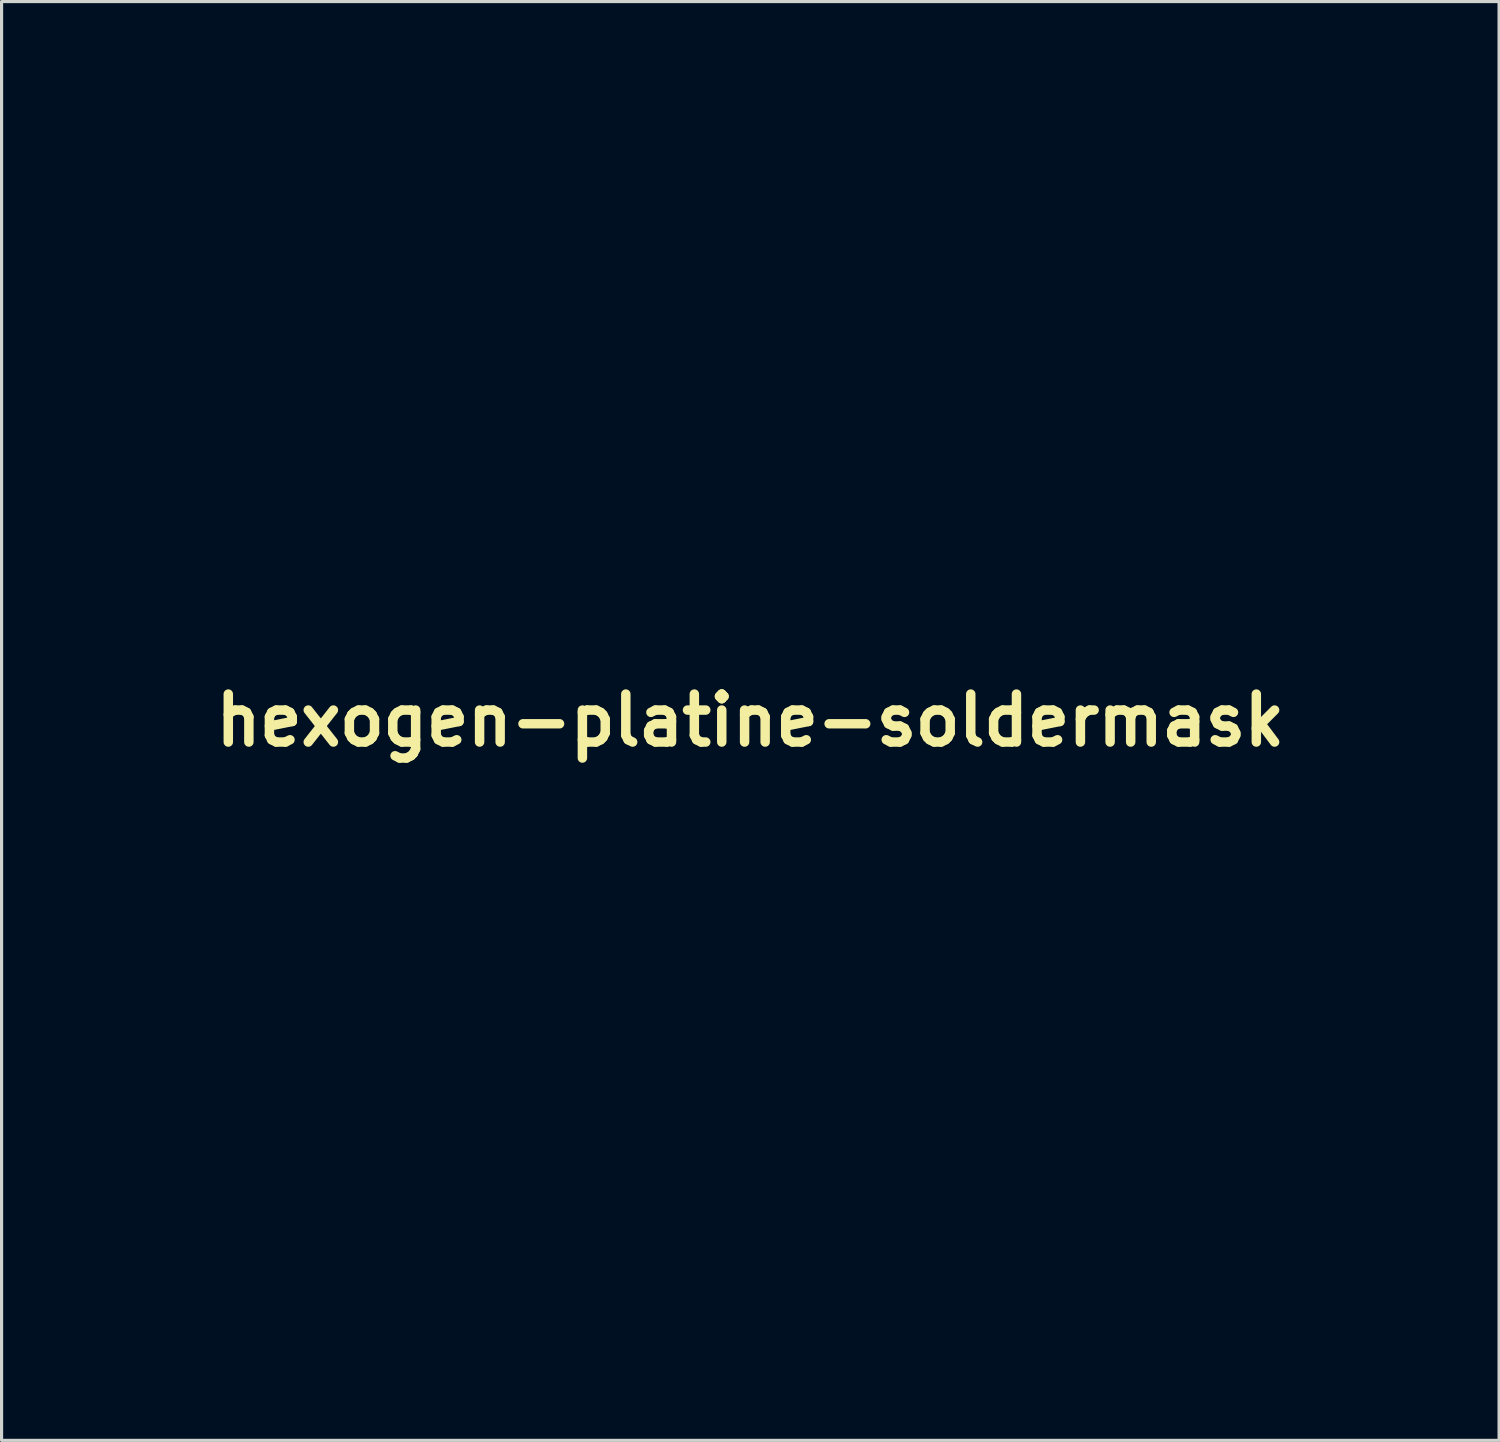
<source format=kicad_pcb>
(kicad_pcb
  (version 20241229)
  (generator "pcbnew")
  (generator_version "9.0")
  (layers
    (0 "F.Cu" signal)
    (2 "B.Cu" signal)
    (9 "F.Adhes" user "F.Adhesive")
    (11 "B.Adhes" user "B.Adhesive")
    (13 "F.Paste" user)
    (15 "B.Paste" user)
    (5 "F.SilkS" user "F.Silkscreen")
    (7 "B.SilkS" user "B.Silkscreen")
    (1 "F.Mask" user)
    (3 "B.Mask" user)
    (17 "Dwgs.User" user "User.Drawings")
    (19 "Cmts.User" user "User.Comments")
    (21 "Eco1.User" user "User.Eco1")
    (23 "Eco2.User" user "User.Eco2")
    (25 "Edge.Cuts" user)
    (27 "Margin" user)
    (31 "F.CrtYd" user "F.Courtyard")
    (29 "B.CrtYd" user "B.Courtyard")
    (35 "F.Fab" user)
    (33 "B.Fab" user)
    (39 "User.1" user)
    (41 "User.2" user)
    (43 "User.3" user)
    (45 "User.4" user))
  (footprint "hexogen-platine-soldermask"
    (layer "F.Cu")
    (at 20.785 19.833)
    (property "Reference" "hexogen-platine-soldermask" (at 0 0 0) (layer "F.SilkS") (effects (font (size 1.524 1.524) (thickness 0.3))))
    (attr through_hole)
    (fp_poly (pts (xy 3.434 -1.071) (xy 3.605 -1.011) (xy 3.741 -0.906) (xy 3.851 -0.751) (xy 3.853 -0.746) (xy 3.865 -0.723) (xy 3.875 -0.699) (xy 3.884 -0.67) (xy 3.892 -0.63) (xy 3.899 -0.578) (xy 3.905 -0.507) (xy 3.909 -0.415) (xy 3.913 -0.297) (xy 3.917 -0.148) (xy 3.919 0.034) (xy 3.922 0.254) (xy 3.924 0.517) (xy 3.925 0.826) (xy 3.927 1.186) (xy 3.928 1.6) (xy 3.93 2.073) (xy 3.93 2.167) (xy 3.939 4.953) (xy 6.699 4.953) (xy 6.7 2.865) (xy 6.701 2.416) (xy 6.702 2.011) (xy 6.705 1.652) (xy 6.708 1.343) (xy 6.713 1.085) (xy 6.718 0.882) (xy 6.724 0.736) (xy 6.731 0.651) (xy 6.733 0.635) (xy 6.806 0.444) (xy 6.926 0.287) (xy 7.053 0.192) (xy 7.214 0.133) (xy 7.397 0.116) (xy 7.587 0.137) (xy 7.766 0.193) (xy 7.919 0.281) (xy 8.026 0.391) (xy 8.072 0.484) (xy 8.112 0.607) (xy 8.129 0.686) (xy 8.134 0.752) (xy 8.14 0.877) (xy 8.145 1.054) (xy 8.149 1.278) (xy 8.152 1.544) (xy 8.155 1.846) (xy 8.158 2.178) (xy 8.159 2.536) (xy 8.16 2.893) (xy 8.16 3.321) (xy 8.161 3.688) (xy 8.162 4) (xy 8.164 4.26) (xy 8.167 4.472) (xy 8.171 4.639) (xy 8.176 4.766) (xy 8.182 4.856) (xy 8.189 4.914) (xy 8.197 4.942) (xy 8.199 4.946) (xy 8.253 4.974) (xy 8.341 5.005) (xy 8.382 5.017) (xy 8.562 5.087) (xy 8.694 5.192) (xy 8.782 5.337) (xy 8.829 5.526) (xy 8.84 5.699) (xy 8.835 5.85) (xy 8.818 5.96) (xy 8.786 6.053) (xy 8.769 6.088) (xy 8.659 6.233) (xy 8.507 6.342) (xy 8.328 6.405) (xy 8.316 6.407) (xy 8.176 6.431) (xy 8.158 8.002) (xy 8.154 8.374) (xy 8.15 8.688) (xy 8.146 8.95) (xy 8.14 9.165) (xy 8.133 9.338) (xy 8.124 9.476) (xy 8.112 9.584) (xy 8.097 9.666) (xy 8.078 9.73) (xy 8.055 9.78) (xy 8.028 9.822) (xy 7.995 9.861) (xy 7.976 9.881) (xy 7.859 9.965) (xy 7.695 10.021) (xy 7.497 10.046) (xy 7.274 10.039) (xy 7.222 10.032) (xy 7.039 9.989) (xy 6.904 9.916) (xy 6.807 9.805) (xy 6.787 9.77) (xy 6.771 9.739) (xy 6.757 9.708) (xy 6.746 9.67) (xy 6.737 9.62) (xy 6.73 9.553) (xy 6.724 9.463) (xy 6.719 9.345) (xy 6.716 9.193) (xy 6.713 9.001) (xy 6.711 8.764) (xy 6.709 8.476) (xy 6.706 8.131) (xy 6.706 8.025) (xy 6.697 6.413) (xy 2.477 6.413) (xy 2.477 3.002) (xy 2.477 2.372) (xy 2.478 1.804) (xy 2.479 1.299) (xy 2.481 0.856) (xy 2.484 0.473) (xy 2.488 0.151) (xy 2.492 -0.111) (xy 2.496 -0.315) (xy 2.502 -0.46) (xy 2.507 -0.547) (xy 2.511 -0.569) (xy 2.579 -0.766) (xy 2.69 -0.916) (xy 2.844 -1.02) (xy 3.042 -1.077) (xy 3.219 -1.09) (xy 3.434 -1.071)) (stroke (width 0.01) (type solid)) (fill yes) (layer "F.Mask"))
    (fp_poly (pts (xy -1.811 -1.016) (xy -1.656 -0.895) (xy -1.543 -0.736) (xy -1.477 -0.551) (xy -1.461 -0.353) (xy -1.497 -0.153) (xy -1.548 -0.031) (xy -1.62 0.084) (xy -1.707 0.169) (xy -1.81 0.234) (xy -1.984 0.333) (xy -3.508 0.349) (xy -3.869 0.353) (xy -4.172 0.356) (xy -4.423 0.36) (xy -4.627 0.365) (xy -4.791 0.372) (xy -4.921 0.382) (xy -5.021 0.395) (xy -5.098 0.412) (xy -5.158 0.433) (xy -5.206 0.461) (xy -5.248 0.494) (xy -5.289 0.534) (xy -5.331 0.577) (xy -5.367 0.627) (xy -5.427 0.728) (xy -5.508 0.873) (xy -5.606 1.056) (xy -5.719 1.27) (xy -5.844 1.509) (xy -5.976 1.766) (xy -6.112 2.035) (xy -6.25 2.309) (xy -6.386 2.582) (xy -6.517 2.847) (xy -6.64 3.098) (xy -6.75 3.328) (xy -6.846 3.53) (xy -6.923 3.699) (xy -6.979 3.828) (xy -7.006 3.898) (xy -7.068 4.16) (xy -7.094 4.449) (xy -7.08 4.741) (xy -7.05 4.921) (xy -7.024 5.007) (xy -6.975 5.135) (xy -6.9 5.308) (xy -6.799 5.528) (xy -6.671 5.797) (xy -6.514 6.118) (xy -6.415 6.318) (xy -6.281 6.589) (xy -6.15 6.856) (xy -6.024 7.111) (xy -5.91 7.345) (xy -5.81 7.549) (xy -5.728 7.716) (xy -5.67 7.836) (xy -5.659 7.859) (xy -5.556 8.065) (xy -5.465 8.222) (xy -5.378 8.339) (xy -5.287 8.428) (xy -5.182 8.498) (xy -5.121 8.529) (xy -4.941 8.617) (xy -3.511 8.623) (xy -3.104 8.626) (xy -2.76 8.629) (xy -2.477 8.635) (xy -2.254 8.641) (xy -2.089 8.649) (xy -1.982 8.659) (xy -1.943 8.666) (xy -1.767 8.744) (xy -1.626 8.87) (xy -1.525 9.033) (xy -1.472 9.223) (xy -1.468 9.393) (xy -1.514 9.612) (xy -1.606 9.792) (xy -1.741 9.929) (xy -1.915 10.018) (xy -1.953 10.03) (xy -2.014 10.037) (xy -2.13 10.044) (xy -2.294 10.05) (xy -2.498 10.054) (xy -2.734 10.057) (xy -2.993 10.059) (xy -3.268 10.06) (xy -3.552 10.06) (xy -3.835 10.058) (xy -4.11 10.055) (xy -4.369 10.052) (xy -4.605 10.046) (xy -4.808 10.04) (xy -4.972 10.033) (xy -5.001 10.031) (xy -5.294 10.002) (xy -5.54 9.953) (xy -5.753 9.879) (xy -5.948 9.777) (xy -5.987 9.753) (xy -6.195 9.592) (xy -6.397 9.389) (xy -6.576 9.164) (xy -6.621 9.098) (xy -6.66 9.029) (xy -6.724 8.91) (xy -6.809 8.748) (xy -6.912 8.549) (xy -7.029 8.32) (xy -7.157 8.068) (xy -7.293 7.799) (xy -7.432 7.52) (xy -7.573 7.238) (xy -7.711 6.96) (xy -7.843 6.692) (xy -7.966 6.442) (xy -8.077 6.215) (xy -8.171 6.019) (xy -8.246 5.861) (xy -8.298 5.747) (xy -8.318 5.699) (xy -8.458 5.261) (xy -8.535 4.819) (xy -8.549 4.375) (xy -8.5 3.931) (xy -8.388 3.489) (xy -8.259 3.152) (xy -8.202 3.027) (xy -8.122 2.859) (xy -8.024 2.655) (xy -7.91 2.423) (xy -7.784 2.168) (xy -7.649 1.897) (xy -7.509 1.618) (xy -7.367 1.336) (xy -7.226 1.06) (xy -7.091 0.795) (xy -6.963 0.548) (xy -6.848 0.326) (xy -6.748 0.135) (xy -6.666 -0.017) (xy -6.607 -0.123) (xy -6.578 -0.169) (xy -6.351 -0.455) (xy -6.086 -0.69) (xy -5.785 -0.873) (xy -5.45 -1.002) (xy -5.318 -1.036) (xy -5.254 -1.049) (xy -5.184 -1.06) (xy -5.104 -1.069) (xy -5.006 -1.077) (xy -4.885 -1.082) (xy -4.734 -1.087) (xy -4.548 -1.09) (xy -4.32 -1.092) (xy -4.044 -1.093) (xy -3.715 -1.094) (xy -3.508 -1.094) (xy -1.953 -1.095) (xy -1.811 -1.016)) (stroke (width 0.01) (type solid)) (fill yes) (layer "F.Mask"))
    (fp_poly (pts (xy 0.295 -19.826) (xy 0.404 -19.819) (xy 0.49 -19.801) (xy 0.576 -19.77) (xy 0.673 -19.724) (xy 0.904 -19.577) (xy 1.09 -19.392) (xy 1.229 -19.176) (xy 1.318 -18.937) (xy 1.353 -18.684) (xy 1.332 -18.424) (xy 1.253 -18.167) (xy 1.24 -18.139) (xy 1.101 -17.912) (xy 0.913 -17.721) (xy 0.672 -17.564) (xy 0.611 -17.533) (xy 0.365 -17.415) (xy 0.365 -11.288) (xy 0.61 -11.167) (xy 0.856 -11.02) (xy 1.052 -10.845) (xy 1.208 -10.633) (xy 1.241 -10.574) (xy 1.349 -10.372) (xy 5.001 -8.264) (xy 5.493 -7.979) (xy 6.002 -7.686) (xy 6.522 -7.386) (xy 7.045 -7.084) (xy 7.567 -6.783) (xy 8.08 -6.487) (xy 8.578 -6.2) (xy 9.056 -5.925) (xy 9.506 -5.665) (xy 9.924 -5.425) (xy 10.302 -5.207) (xy 10.634 -5.016) (xy 10.779 -4.932) (xy 11.12 -4.736) (xy 11.448 -4.546) (xy 11.758 -4.367) (xy 12.045 -4.199) (xy 12.305 -4.047) (xy 12.534 -3.912) (xy 12.726 -3.798) (xy 12.878 -3.708) (xy 12.984 -3.642) (xy 13.04 -3.606) (xy 13.044 -3.603) (xy 13.244 -3.41) (xy 13.402 -3.18) (xy 13.471 -3.029) (xy 13.541 -2.842) (xy 13.573 10.906) (xy 13.696 11.074) (xy 13.826 11.3) (xy 13.907 11.547) (xy 13.936 11.802) (xy 13.912 12.033) (xy 13.898 12.123) (xy 13.898 12.193) (xy 13.899 12.197) (xy 13.913 12.212) (xy 13.951 12.241) (xy 14.017 12.285) (xy 14.113 12.346) (xy 14.239 12.423) (xy 14.398 12.519) (xy 14.593 12.635) (xy 14.825 12.772) (xy 15.096 12.931) (xy 15.408 13.114) (xy 15.764 13.32) (xy 16.165 13.553) (xy 16.613 13.812) (xy 17.111 14.1) (xy 17.66 14.417) (xy 18.19 14.722) (xy 18.346 14.81) (xy 18.486 14.886) (xy 18.598 14.944) (xy 18.674 14.978) (xy 18.699 14.986) (xy 18.751 14.97) (xy 18.836 14.927) (xy 18.924 14.874) (xy 19.149 14.754) (xy 19.378 14.689) (xy 19.63 14.673) (xy 19.687 14.675) (xy 19.956 14.721) (xy 20.201 14.823) (xy 20.413 14.976) (xy 20.588 15.177) (xy 20.676 15.328) (xy 20.723 15.429) (xy 20.754 15.512) (xy 20.771 15.596) (xy 20.778 15.702) (xy 20.78 15.849) (xy 20.78 15.874) (xy 20.779 16.032) (xy 20.772 16.144) (xy 20.756 16.231) (xy 20.728 16.311) (xy 20.693 16.386) (xy 20.583 16.558) (xy 20.431 16.726) (xy 20.256 16.872) (xy 20.083 16.974) (xy 19.835 17.056) (xy 19.588 17.079) (xy 19.346 17.05) (xy 19.119 16.973) (xy 18.91 16.854) (xy 18.729 16.696) (xy 18.58 16.507) (xy 18.471 16.29) (xy 18.408 16.051) (xy 18.402 15.921) (xy 18.896 15.921) (xy 18.944 16.124) (xy 18.967 16.18) (xy 19.076 16.342) (xy 19.225 16.465) (xy 19.402 16.544) (xy 19.594 16.575) (xy 19.788 16.552) (xy 19.869 16.524) (xy 20.042 16.419) (xy 20.176 16.273) (xy 20.265 16.096) (xy 20.302 15.9) (xy 20.286 15.722) (xy 20.213 15.523) (xy 20.094 15.362) (xy 19.938 15.244) (xy 19.751 15.176) (xy 19.606 15.162) (xy 19.396 15.192) (xy 19.216 15.271) (xy 19.071 15.393) (xy 18.965 15.547) (xy 18.906 15.726) (xy 18.896 15.921) (xy 18.402 15.921) (xy 18.397 15.795) (xy 18.412 15.671) (xy 18.431 15.519) (xy 18.425 15.423) (xy 18.417 15.403) (xy 18.384 15.375) (xy 18.301 15.319) (xy 18.175 15.239) (xy 18.01 15.138) (xy 17.814 15.02) (xy 17.592 14.888) (xy 17.349 14.745) (xy 17.186 14.65) (xy 16.873 14.469) (xy 16.524 14.268) (xy 16.156 14.055) (xy 15.783 13.839) (xy 15.421 13.63) (xy 15.087 13.437) (xy 14.844 13.297) (xy 14.598 13.155) (xy 14.368 13.023) (xy 14.159 12.906) (xy 13.979 12.805) (xy 13.832 12.725) (xy 13.726 12.669) (xy 13.666 12.64) (xy 13.655 12.636) (xy 13.606 12.654) (xy 13.524 12.699) (xy 13.432 12.76) (xy 13.255 12.868) (xy 13.083 12.938) (xy 12.894 12.975) (xy 12.666 12.986) (xy 12.506 12.991) (xy 12.371 13.006) (xy 12.28 13.028) (xy 12.277 13.029) (xy 12.231 13.053) (xy 12.13 13.108) (xy 11.975 13.196) (xy 11.765 13.314) (xy 11.502 13.464) (xy 11.184 13.646) (xy 10.813 13.858) (xy 10.389 14.101) (xy 9.912 14.376) (xy 9.382 14.681) (xy 8.8 15.016) (xy 8.165 15.382) (xy 7.478 15.778) (xy 6.739 16.205) (xy 5.948 16.661) (xy 5.106 17.148) (xy 4.213 17.664) (xy 3.858 17.869) (xy 3.336 18.17) (xy 2.851 18.449) (xy 2.405 18.706) (xy 1.998 18.938) (xy 1.633 19.145) (xy 1.311 19.327) (xy 1.035 19.482) (xy 0.806 19.608) (xy 0.625 19.706) (xy 0.495 19.775) (xy 0.417 19.812) (xy 0.402 19.818) (xy 0.143 19.868) (xy -0.117 19.861) (xy -0.319 19.813) (xy -0.375 19.787) (xy -0.482 19.732) (xy -0.633 19.65) (xy -0.825 19.545) (xy -1.053 19.418) (xy -1.311 19.273) (xy -1.596 19.112) (xy -1.901 18.938) (xy -2.224 18.753) (xy -2.51 18.588) (xy -2.864 18.383) (xy -3.223 18.176) (xy -3.578 17.97) (xy -3.924 17.771) (xy -4.252 17.581) (xy -4.557 17.405) (xy -4.831 17.247) (xy -5.067 17.11) (xy -5.258 16.999) (xy -5.334 16.956) (xy -5.475 16.874) (xy -5.665 16.764) (xy -5.901 16.628) (xy -6.177 16.468) (xy -6.488 16.289) (xy -6.83 16.091) (xy -7.197 15.879) (xy -7.584 15.655) (xy -7.986 15.423) (xy -8.399 15.184) (xy -8.818 14.942) (xy -9.118 14.769) (xy -9.519 14.537) (xy -9.906 14.314) (xy -10.275 14.101) (xy -10.622 13.902) (xy -10.943 13.717) (xy -11.236 13.549) (xy -11.496 13.401) (xy -11.719 13.273) (xy -11.902 13.169) (xy -12.042 13.091) (xy -12.134 13.039) (xy -12.175 13.018) (xy -12.176 13.018) (xy -12.246 13.003) (xy -12.358 12.992) (xy -12.493 12.986) (xy -12.538 12.986) (xy -12.763 12.976) (xy -12.948 12.942) (xy -13.115 12.879) (xy -13.284 12.78) (xy -13.385 12.721) (xy -13.47 12.683) (xy -13.519 12.676) (xy -13.558 12.694) (xy -13.646 12.742) (xy -13.779 12.816) (xy -13.952 12.914) (xy -14.161 13.032) (xy -14.399 13.168) (xy -14.663 13.319) (xy -14.947 13.483) (xy -15.247 13.656) (xy -15.558 13.835) (xy -15.875 14.018) (xy -16.193 14.202) (xy -16.507 14.385) (xy -16.812 14.562) (xy -17.104 14.732) (xy -17.378 14.892) (xy -17.629 15.039) (xy -17.851 15.17) (xy -18.041 15.282) (xy -18.192 15.373) (xy -18.302 15.44) (xy -18.363 15.479) (xy -18.375 15.488) (xy -18.397 15.55) (xy -18.411 15.665) (xy -18.415 15.812) (xy -18.433 16.092) (xy -18.489 16.33) (xy -18.589 16.534) (xy -18.735 16.716) (xy -18.812 16.789) (xy -19.005 16.928) (xy -19.215 17.016) (xy -19.456 17.058) (xy -19.59 17.063) (xy -19.764 17.056) (xy -19.902 17.035) (xy -20.031 16.995) (xy -20.042 16.99) (xy -20.251 16.877) (xy -20.442 16.715) (xy -20.602 16.518) (xy -20.676 16.389) (xy -20.726 16.283) (xy -20.757 16.195) (xy -20.773 16.104) (xy -20.78 15.987) (xy -20.78 15.899) (xy -20.308 15.899) (xy -20.273 16.088) (xy -20.182 16.264) (xy -20.043 16.413) (xy -19.865 16.521) (xy -19.667 16.569) (xy -19.452 16.558) (xy -19.355 16.534) (xy -19.221 16.468) (xy -19.092 16.359) (xy -18.987 16.228) (xy -18.93 16.109) (xy -18.893 15.888) (xy -18.915 15.682) (xy -18.996 15.496) (xy -19.136 15.335) (xy -19.145 15.327) (xy -19.323 15.212) (xy -19.511 15.158) (xy -19.703 15.164) (xy -19.891 15.23) (xy -20.068 15.357) (xy -20.074 15.362) (xy -20.209 15.527) (xy -20.287 15.709) (xy -20.308 15.899) (xy -20.78 15.899) (xy -20.78 15.876) (xy -20.778 15.725) (xy -20.769 15.616) (xy -20.748 15.525) (xy -20.712 15.431) (xy -20.682 15.367) (xy -20.54 15.134) (xy -20.359 14.942) (xy -20.145 14.798) (xy -19.908 14.707) (xy -19.721 14.676) (xy -19.487 14.682) (xy -19.258 14.735) (xy -19.021 14.84) (xy -18.903 14.909) (xy -18.789 14.974) (xy -18.689 15.023) (xy -18.619 15.048) (xy -18.607 15.05) (xy -18.571 15.036) (xy -18.487 14.994) (xy -18.356 14.923) (xy -18.175 14.824) (xy -17.945 14.696) (xy -17.666 14.538) (xy -17.336 14.351) (xy -16.955 14.133) (xy -16.523 13.885) (xy -16.038 13.606) (xy -15.5 13.297) (xy -14.91 12.956) (xy -14.265 12.583) (xy -13.979 12.417) (xy -13.879 12.355) (xy -13.802 12.299) (xy -13.765 12.261) (xy -13.764 12.26) (xy -13.761 12.208) (xy -13.768 12.115) (xy -13.783 12.011) (xy -13.801 11.728) (xy -13.8 11.72) (xy -13.297 11.72) (xy -13.285 11.939) (xy -13.216 12.132) (xy -13.091 12.294) (xy -12.914 12.421) (xy -12.906 12.425) (xy -12.786 12.463) (xy -12.633 12.477) (xy -12.473 12.467) (xy -12.332 12.434) (xy -12.289 12.415) (xy -12.195 12.353) (xy -12.095 12.265) (xy -12.054 12.221) (xy -11.948 12.052) (xy -11.897 11.868) (xy -11.902 11.679) (xy -11.958 11.495) (xy -12.066 11.329) (xy -12.222 11.19) (xy -12.23 11.184) (xy -12.308 11.138) (xy -12.383 11.111) (xy -12.478 11.099) (xy -12.605 11.097) (xy -12.738 11.1) (xy -12.831 11.112) (xy -12.905 11.14) (xy -12.98 11.184) (xy -13.141 11.324) (xy -13.246 11.495) (xy -13.295 11.696) (xy -13.297 11.72) (xy -13.8 11.72) (xy -13.758 11.455) (xy -13.655 11.198) (xy -13.563 11.052) (xy -13.462 10.912) (xy -13.462 6.988) (xy -12.028 6.988) (xy -12.028 7.514) (xy -12.028 8.01) (xy -12.027 8.47) (xy -12.027 8.894) (xy -12.026 9.277) (xy -12.025 9.616) (xy -12.024 9.909) (xy -12.022 10.152) (xy -12.021 10.342) (xy -12.019 10.477) (xy -12.017 10.553) (xy -12.016 10.568) (xy -11.977 10.663) (xy -11.886 10.788) (xy -11.796 10.889) (xy -11.654 11.051) (xy -11.553 11.197) (xy -11.48 11.348) (xy -11.423 11.526) (xy -11.412 11.567) (xy -11.373 11.691) (xy -11.326 11.791) (xy -11.292 11.837) (xy -11.256 11.861) (xy -11.168 11.915) (xy -11.033 11.996) (xy -10.853 12.103) (xy -10.633 12.232) (xy -10.376 12.383) (xy -10.085 12.553) (xy -9.765 12.74) (xy -9.418 12.942) (xy -9.049 13.156) (xy -8.661 13.381) (xy -8.258 13.614) (xy -8.176 13.662) (xy -7.7 13.936) (xy -7.192 14.23) (xy -6.66 14.537) (xy -6.113 14.854) (xy -5.559 15.175) (xy -5.007 15.494) (xy -4.465 15.807) (xy -3.944 16.109) (xy -3.451 16.394) (xy -2.995 16.658) (xy -2.585 16.895) (xy -2.572 16.903) (xy -2.102 17.175) (xy -1.685 17.415) (xy -1.318 17.626) (xy -0.999 17.808) (xy -0.727 17.962) (xy -0.498 18.09) (xy -0.312 18.192) (xy -0.165 18.271) (xy -0.055 18.326) (xy 0.019 18.36) (xy 0.059 18.374) (xy 0.065 18.374) (xy 0.102 18.357) (xy 0.191 18.31) (xy 0.328 18.236) (xy 0.509 18.135) (xy 0.732 18.01) (xy 0.991 17.863) (xy 1.285 17.696) (xy 1.61 17.511) (xy 1.962 17.31) (xy 2.337 17.095) (xy 2.733 16.867) (xy 3.145 16.63) (xy 3.43 16.464) (xy 3.911 16.187) (xy 4.416 15.894) (xy 4.939 15.592) (xy 5.471 15.284) (xy 6.006 14.974) (xy 6.536 14.668) (xy 7.054 14.369) (xy 7.551 14.081) (xy 8.02 13.809) (xy 8.455 13.558) (xy 8.847 13.332) (xy 9.073 13.2) (xy 9.429 12.994) (xy 9.77 12.796) (xy 10.09 12.608) (xy 10.388 12.433) (xy 10.657 12.273) (xy 10.895 12.131) (xy 11.096 12.009) (xy 11.258 11.91) (xy 11.376 11.836) (xy 11.379 11.834) (xy 12.024 11.834) (xy 12.059 12.02) (xy 12.14 12.189) (xy 12.265 12.331) (xy 12.432 12.436) (xy 12.452 12.444) (xy 12.558 12.468) (xy 12.698 12.475) (xy 12.844 12.466) (xy 12.972 12.442) (xy 13.011 12.428) (xy 13.183 12.325) (xy 13.313 12.182) (xy 13.396 12.011) (xy 13.43 11.823) (xy 13.41 11.628) (xy 13.334 11.438) (xy 13.213 11.272) (xy 13.069 11.162) (xy 12.891 11.101) (xy 12.764 11.086) (xy 12.563 11.095) (xy 12.397 11.152) (xy 12.251 11.26) (xy 12.219 11.292) (xy 12.102 11.46) (xy 12.038 11.644) (xy 12.024 11.834) (xy 11.379 11.834) (xy 11.446 11.789) (xy 11.465 11.774) (xy 11.491 11.708) (xy 11.524 11.608) (xy 11.543 11.538) (xy 11.64 11.27) (xy 11.777 11.047) (xy 11.892 10.924) (xy 11.979 10.837) (xy 12.051 10.754) (xy 12.085 10.703) (xy 12.09 10.662) (xy 12.095 10.561) (xy 12.099 10.404) (xy 12.104 10.194) (xy 12.108 9.935) (xy 12.111 9.631) (xy 12.115 9.286) (xy 12.118 8.902) (xy 12.121 8.484) (xy 12.123 8.036) (xy 12.125 7.56) (xy 12.127 7.061) (xy 12.129 6.543) (xy 12.13 6.008) (xy 12.131 5.461) (xy 12.132 4.905) (xy 12.132 4.344) (xy 12.132 3.781) (xy 12.132 3.221) (xy 12.132 2.667) (xy 12.131 2.122) (xy 12.13 1.59) (xy 12.128 1.074) (xy 12.127 0.58) (xy 12.125 0.109) (xy 12.122 -0.334) (xy 12.12 -0.746) (xy 12.117 -1.122) (xy 12.113 -1.46) (xy 12.11 -1.756) (xy 12.106 -2.006) (xy 12.102 -2.206) (xy 12.097 -2.353) (xy 12.093 -2.443) (xy 12.088 -2.472) (xy 12.051 -2.506) (xy 11.958 -2.57) (xy 11.81 -2.665) (xy 11.606 -2.79) (xy 11.347 -2.945) (xy 11.032 -3.13) (xy 10.662 -3.346) (xy 10.287 -3.563) (xy 10.036 -3.708) (xy 9.736 -3.881) (xy 9.391 -4.08) (xy 9.007 -4.302) (xy 8.59 -4.542) (xy 8.145 -4.8) (xy 7.677 -5.07) (xy 7.192 -5.35) (xy 6.695 -5.637) (xy 6.191 -5.928) (xy 5.686 -6.22) (xy 5.185 -6.509) (xy 4.712 -6.782) (xy 4.224 -7.064) (xy 3.758 -7.332) (xy 3.316 -7.586) (xy 2.9 -7.824) (xy 2.515 -8.044) (xy 2.162 -8.245) (xy 1.844 -8.425) (xy 1.563 -8.583) (xy 1.324 -8.717) (xy 1.127 -8.826) (xy 0.977 -8.908) (xy 0.875 -8.961) (xy 0.825 -8.984) (xy 0.821 -8.985) (xy 0.75 -8.975) (xy 0.646 -8.947) (xy 0.555 -8.918) (xy 0.292 -8.855) (xy 0.028 -8.854) (xy -0.227 -8.913) (xy -0.286 -8.936) (xy -0.405 -8.983) (xy -0.515 -9.02) (xy -0.587 -9.038) (xy -0.609 -9.037) (xy -0.645 -9.026) (xy -0.698 -9.004) (xy -0.77 -8.97) (xy -0.865 -8.922) (xy -0.986 -8.858) (xy -1.134 -8.776) (xy -1.315 -8.676) (xy -1.529 -8.555) (xy -1.781 -8.413) (xy -2.072 -8.246) (xy -2.407 -8.054) (xy -2.787 -7.835) (xy -3.216 -7.587) (xy -3.697 -7.309) (xy -3.747 -7.281) (xy -4.222 -7.006) (xy -4.729 -6.713) (xy -5.26 -6.406) (xy -5.805 -6.091) (xy -6.356 -5.773) (xy -6.905 -5.456) (xy -7.443 -5.145) (xy -7.961 -4.846) (xy -8.451 -4.563) (xy -8.903 -4.302) (xy -9.311 -4.067) (xy -9.343 -4.048) (xy -9.713 -3.835) (xy -10.068 -3.629) (xy -10.405 -3.435) (xy -10.719 -3.253) (xy -11.006 -3.086) (xy -11.262 -2.937) (xy -11.484 -2.807) (xy -11.667 -2.7) (xy -11.808 -2.618) (xy -11.901 -2.562) (xy -11.945 -2.535) (xy -11.946 -2.534) (xy -12.017 -2.48) (xy -12.026 3.991) (xy -12.027 4.629) (xy -12.028 5.25) (xy -12.028 5.853) (xy -12.028 6.433) (xy -12.028 6.988) (xy -13.462 6.988) (xy -13.462 4.162) (xy -13.462 3.262) (xy -13.461 2.426) (xy -13.46 1.652) (xy -13.459 0.941) (xy -13.458 0.293) (xy -13.456 -0.293) (xy -13.454 -0.817) (xy -13.452 -1.279) (xy -13.449 -1.679) (xy -13.446 -2.018) (xy -13.443 -2.296) (xy -13.439 -2.513) (xy -13.435 -2.669) (xy -13.431 -2.765) (xy -13.428 -2.794) (xy -13.357 -3.07) (xy -13.237 -3.306) (xy -13.087 -3.485) (xy -13.044 -3.52) (xy -12.973 -3.571) (xy -12.87 -3.638) (xy -12.734 -3.724) (xy -12.561 -3.83) (xy -12.35 -3.957) (xy -12.098 -4.106) (xy -11.802 -4.279) (xy -11.461 -4.478) (xy -11.072 -4.704) (xy -10.633 -4.958) (xy -10.141 -5.241) (xy -10.125 -5.25) (xy -9.272 -5.741) (xy -8.472 -6.202) (xy -7.725 -6.632) (xy -7.027 -7.034) (xy -6.378 -7.409) (xy -5.775 -7.756) (xy -5.218 -8.078) (xy -4.703 -8.376) (xy -4.231 -8.649) (xy -3.799 -8.9) (xy -3.405 -9.129) (xy -3.048 -9.337) (xy -2.725 -9.525) (xy -2.437 -9.694) (xy -2.18 -9.845) (xy -1.952 -9.98) (xy -1.939 -9.987) (xy -0.558 -9.987) (xy -0.518 -9.819) (xy -0.438 -9.666) (xy -0.325 -9.536) (xy -0.184 -9.434) (xy -0.022 -9.37) (xy 0.157 -9.348) (xy 0.346 -9.378) (xy 0.48 -9.432) (xy 0.639 -9.546) (xy 0.757 -9.699) (xy 0.831 -9.878) (xy 0.855 -10.069) (xy 0.826 -10.26) (xy 0.798 -10.335) (xy 0.686 -10.511) (xy 0.54 -10.642) (xy 0.37 -10.726) (xy 0.186 -10.761) (xy -0.001 -10.746) (xy -0.181 -10.679) (xy -0.343 -10.559) (xy -0.388 -10.511) (xy -0.499 -10.34) (xy -0.554 -10.163) (xy -0.558 -9.987) (xy -1.939 -9.987) (xy -1.754 -10.098) (xy -1.582 -10.202) (xy -1.435 -10.291) (xy -1.311 -10.367) (xy -1.209 -10.432) (xy -1.127 -10.485) (xy -1.063 -10.528) (xy -1.017 -10.562) (xy -0.985 -10.588) (xy -0.969 -10.603) (xy -0.798 -10.789) (xy -0.657 -10.931) (xy -0.541 -11.034) (xy -0.441 -11.106) (xy -0.35 -11.153) (xy -0.332 -11.16) (xy -0.287 -11.175) (xy -0.248 -11.185) (xy -0.213 -11.195) (xy -0.183 -11.208) (xy -0.158 -11.229) (xy -0.136 -11.26) (xy -0.118 -11.307) (xy -0.103 -11.372) (xy -0.091 -11.459) (xy -0.082 -11.572) (xy -0.075 -11.715) (xy -0.07 -11.892) (xy -0.068 -12.106) (xy -0.066 -12.361) (xy -0.066 -12.661) (xy -0.067 -13.009) (xy -0.068 -13.41) (xy -0.07 -13.867) (xy -0.071 -14.364) (xy -0.079 -17.415) (xy -0.319 -17.53) (xy -0.573 -17.683) (xy -0.776 -17.872) (xy -0.927 -18.095) (xy -1.024 -18.351) (xy -1.049 -18.468) (xy -1.056 -18.64) (xy -0.555 -18.64) (xy -0.54 -18.464) (xy -0.494 -18.324) (xy -0.406 -18.197) (xy -0.36 -18.148) (xy -0.195 -18.024) (xy -0.007 -17.955) (xy 0.193 -17.943) (xy 0.395 -17.989) (xy 0.48 -18.027) (xy 0.645 -18.144) (xy 0.761 -18.288) (xy 0.83 -18.451) (xy 0.854 -18.623) (xy 0.835 -18.796) (xy 0.776 -18.96) (xy 0.68 -19.106) (xy 0.548 -19.226) (xy 0.382 -19.31) (xy 0.186 -19.349) (xy 0.14 -19.35) (xy -0.064 -19.322) (xy -0.244 -19.236) (xy -0.396 -19.094) (xy -0.46 -19.004) (xy -0.515 -18.904) (xy -0.544 -18.813) (xy -0.554 -18.703) (xy -0.555 -18.64) (xy -1.056 -18.64) (xy -1.059 -18.726) (xy -1.011 -18.978) (xy -0.91 -19.216) (xy -0.76 -19.43) (xy -0.567 -19.61) (xy -0.365 -19.735) (xy -0.269 -19.778) (xy -0.186 -19.806) (xy -0.096 -19.821) (xy 0.023 -19.827) (xy 0.144 -19.828) (xy 0.295 -19.826)) (stroke (width 0.01) (type solid)) (fill yes) (layer "F.Mask")))
  (gr_rect
    (start -3 -3)
    (end 44.571 42.706)
    (stroke (width 0.1) (type default))
    (fill no)
    (layer "Edge.Cuts")))
</source>
